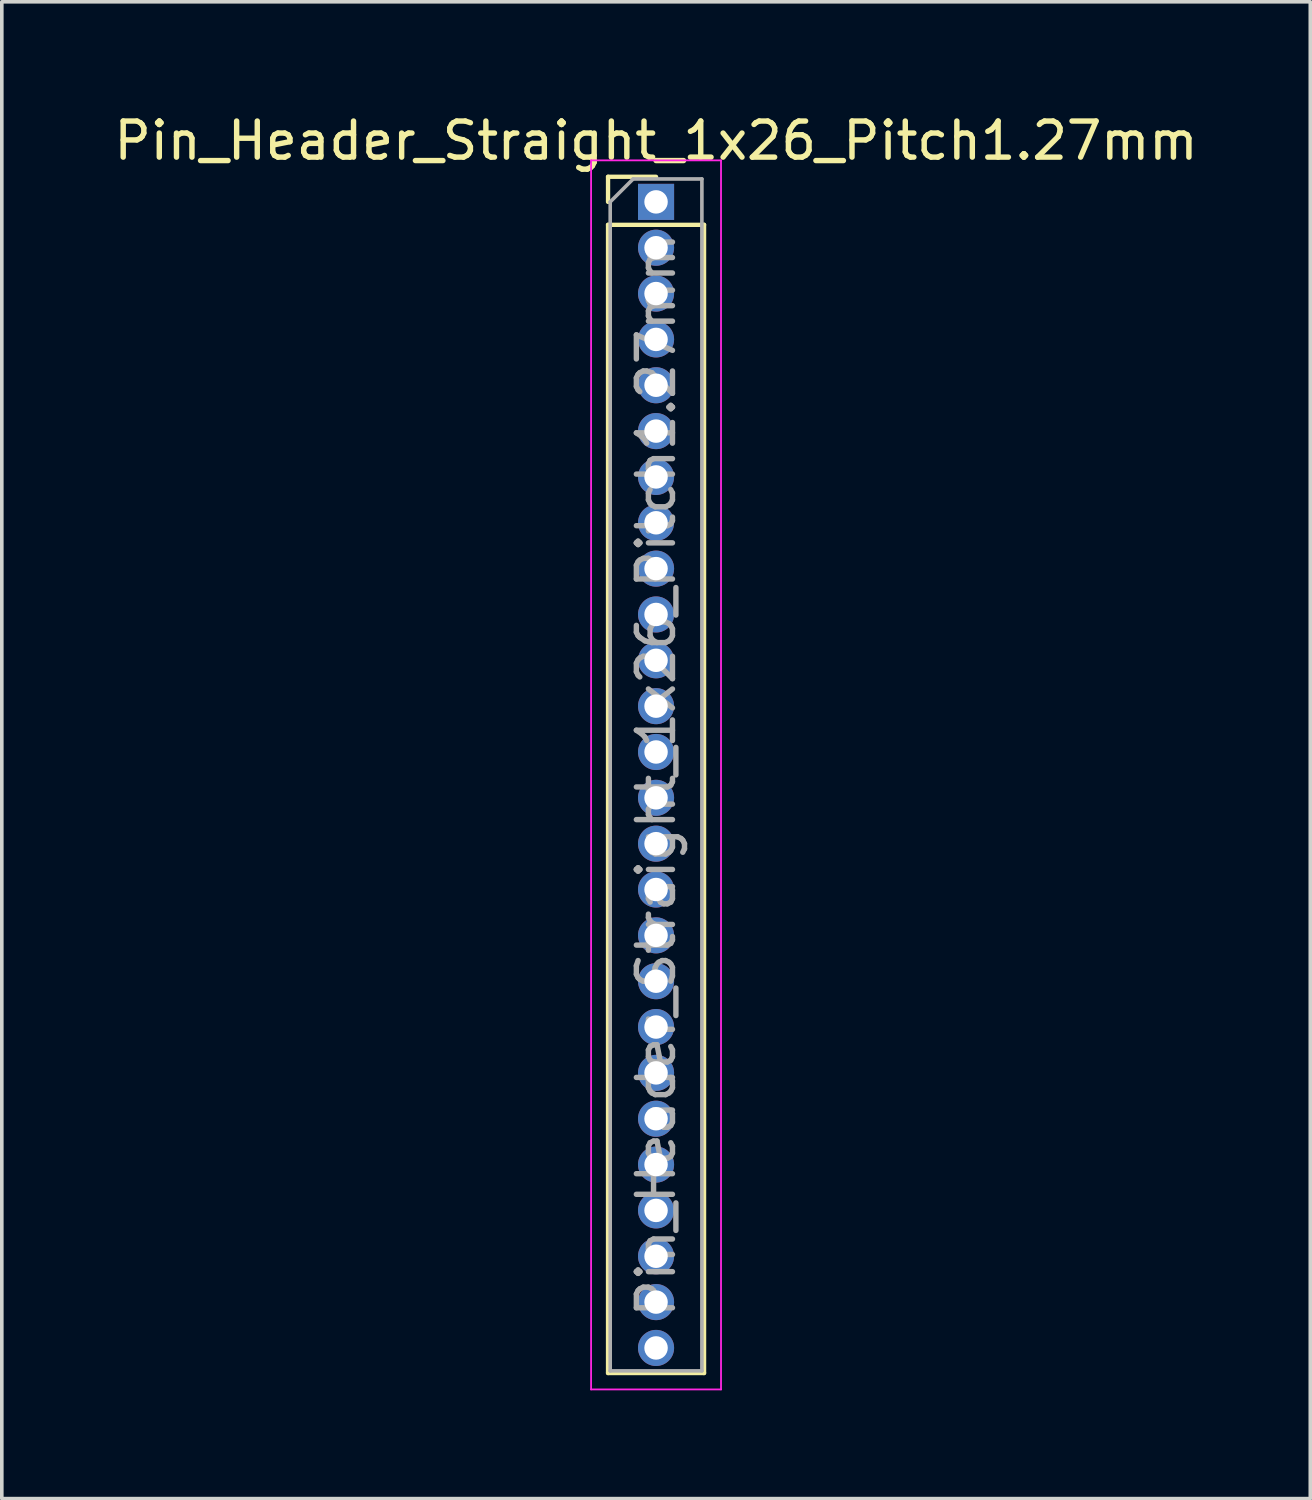
<source format=kicad_pcb>
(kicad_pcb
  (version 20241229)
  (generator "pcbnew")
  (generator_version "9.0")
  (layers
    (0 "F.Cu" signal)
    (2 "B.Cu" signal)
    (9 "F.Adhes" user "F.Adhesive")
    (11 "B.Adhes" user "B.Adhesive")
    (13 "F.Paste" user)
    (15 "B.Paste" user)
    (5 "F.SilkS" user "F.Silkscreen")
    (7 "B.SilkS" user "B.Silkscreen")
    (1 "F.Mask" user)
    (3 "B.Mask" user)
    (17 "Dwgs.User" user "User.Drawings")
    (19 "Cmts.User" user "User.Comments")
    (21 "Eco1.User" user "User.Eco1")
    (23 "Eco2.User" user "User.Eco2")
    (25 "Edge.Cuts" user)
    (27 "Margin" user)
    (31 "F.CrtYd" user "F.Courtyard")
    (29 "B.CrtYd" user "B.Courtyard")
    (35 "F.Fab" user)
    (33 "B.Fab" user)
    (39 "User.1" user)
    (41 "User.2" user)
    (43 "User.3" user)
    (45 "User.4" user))
  (footprint "Pin_Header_Straight_1x26_Pitch1.27mm"
    (layer "F.Cu")
    (at 15.125 2.543)
    (property "Reference" "Pin_Header_Straight_1x26_Pitch1.27mm" (at 0 -1.695 0) (layer "F.SilkS") (effects (font (size 1 1) (thickness 0.15))))
    (attr through_hole)
    (fp_line (start -1.33 -0.695) (end 0 -0.695) (stroke (width 0.12) (type solid)) (layer "F.SilkS"))
    (fp_line (start -1.33 0) (end -1.33 -0.695) (stroke (width 0.12) (type solid)) (layer "F.SilkS"))
    (fp_line (start -1.33 0.635) (end -1.33 32.445) (stroke (width 0.12) (type solid)) (layer "F.SilkS"))
    (fp_line (start -1.33 32.445) (end 1.33 32.445) (stroke (width 0.12) (type solid)) (layer "F.SilkS"))
    (fp_line (start 1.33 0.635) (end -1.33 0.635) (stroke (width 0.12) (type solid)) (layer "F.SilkS"))
    (fp_line (start 1.33 32.445) (end 1.33 0.635) (stroke (width 0.12) (type solid)) (layer "F.SilkS"))
    (fp_line (start -1.8 -1.15) (end -1.8 32.9) (stroke (width 0.05) (type solid)) (layer "F.CrtYd"))
    (fp_line (start -1.8 32.9) (end 1.8 32.9) (stroke (width 0.05) (type solid)) (layer "F.CrtYd"))
    (fp_line (start 1.8 -1.15) (end -1.8 -1.15) (stroke (width 0.05) (type solid)) (layer "F.CrtYd"))
    (fp_line (start 1.8 32.9) (end 1.8 -1.15) (stroke (width 0.05) (type solid)) (layer "F.CrtYd"))
    (fp_line (start -1.27 0) (end -0.635 -0.635) (stroke (width 0.1) (type solid)) (layer "F.Fab"))
    (fp_line (start -1.27 32.385) (end -1.27 0) (stroke (width 0.1) (type solid)) (layer "F.Fab"))
    (fp_line (start -0.635 -0.635) (end 1.27 -0.635) (stroke (width 0.1) (type solid)) (layer "F.Fab"))
    (fp_line (start 1.27 -0.635) (end 1.27 32.385) (stroke (width 0.1) (type solid)) (layer "F.Fab"))
    (fp_line (start 1.27 32.385) (end -1.27 32.385) (stroke (width 0.1) (type solid)) (layer "F.Fab"))
    (fp_text user "${REFERENCE}" (at 0 15.875 90) (layer "F.Fab") (effects (font (size 1 1) (thickness 0.15))))
    (pad "1" thru_hole rect (at 0 0) (size 1 1) (drill 0.65) (layers "*.Cu" "*.Mask"))
    (pad "2" thru_hole oval (at 0 1.27) (size 1 1) (drill 0.65) (layers "*.Cu" "*.Mask"))
    (pad "3" thru_hole oval (at 0 2.54) (size 1 1) (drill 0.65) (layers "*.Cu" "*.Mask"))
    (pad "4" thru_hole oval (at 0 3.81) (size 1 1) (drill 0.65) (layers "*.Cu" "*.Mask"))
    (pad "5" thru_hole oval (at 0 5.08) (size 1 1) (drill 0.65) (layers "*.Cu" "*.Mask"))
    (pad "6" thru_hole oval (at 0 6.35) (size 1 1) (drill 0.65) (layers "*.Cu" "*.Mask"))
    (pad "7" thru_hole oval (at 0 7.62) (size 1 1) (drill 0.65) (layers "*.Cu" "*.Mask"))
    (pad "8" thru_hole oval (at 0 8.89) (size 1 1) (drill 0.65) (layers "*.Cu" "*.Mask"))
    (pad "9" thru_hole oval (at 0 10.16) (size 1 1) (drill 0.65) (layers "*.Cu" "*.Mask"))
    (pad "10" thru_hole oval (at 0 11.43) (size 1 1) (drill 0.65) (layers "*.Cu" "*.Mask"))
    (pad "11" thru_hole oval (at 0 12.7) (size 1 1) (drill 0.65) (layers "*.Cu" "*.Mask"))
    (pad "12" thru_hole oval (at 0 13.97) (size 1 1) (drill 0.65) (layers "*.Cu" "*.Mask"))
    (pad "13" thru_hole oval (at 0 15.24) (size 1 1) (drill 0.65) (layers "*.Cu" "*.Mask"))
    (pad "14" thru_hole oval (at 0 16.51) (size 1 1) (drill 0.65) (layers "*.Cu" "*.Mask"))
    (pad "15" thru_hole oval (at 0 17.78) (size 1 1) (drill 0.65) (layers "*.Cu" "*.Mask"))
    (pad "16" thru_hole oval (at 0 19.05) (size 1 1) (drill 0.65) (layers "*.Cu" "*.Mask"))
    (pad "17" thru_hole oval (at 0 20.32) (size 1 1) (drill 0.65) (layers "*.Cu" "*.Mask"))
    (pad "18" thru_hole oval (at 0 21.59) (size 1 1) (drill 0.65) (layers "*.Cu" "*.Mask"))
    (pad "19" thru_hole oval (at 0 22.86) (size 1 1) (drill 0.65) (layers "*.Cu" "*.Mask"))
    (pad "20" thru_hole oval (at 0 24.13) (size 1 1) (drill 0.65) (layers "*.Cu" "*.Mask"))
    (pad "21" thru_hole oval (at 0 25.4) (size 1 1) (drill 0.65) (layers "*.Cu" "*.Mask"))
    (pad "22" thru_hole oval (at 0 26.67) (size 1 1) (drill 0.65) (layers "*.Cu" "*.Mask"))
    (pad "23" thru_hole oval (at 0 27.94) (size 1 1) (drill 0.65) (layers "*.Cu" "*.Mask"))
    (pad "24" thru_hole oval (at 0 29.21) (size 1 1) (drill 0.65) (layers "*.Cu" "*.Mask"))
    (pad "25" thru_hole oval (at 0 30.48) (size 1 1) (drill 0.65) (layers "*.Cu" "*.Mask"))
    (pad "26" thru_hole oval (at 0 31.75) (size 1 1) (drill 0.65) (layers "*.Cu" "*.Mask")))
  (gr_rect
    (start -3 -3)
    (end 33.25 38.468)
    (stroke (width 0.1) (type default))
    (fill no)
    (layer "Edge.Cuts")))
</source>
